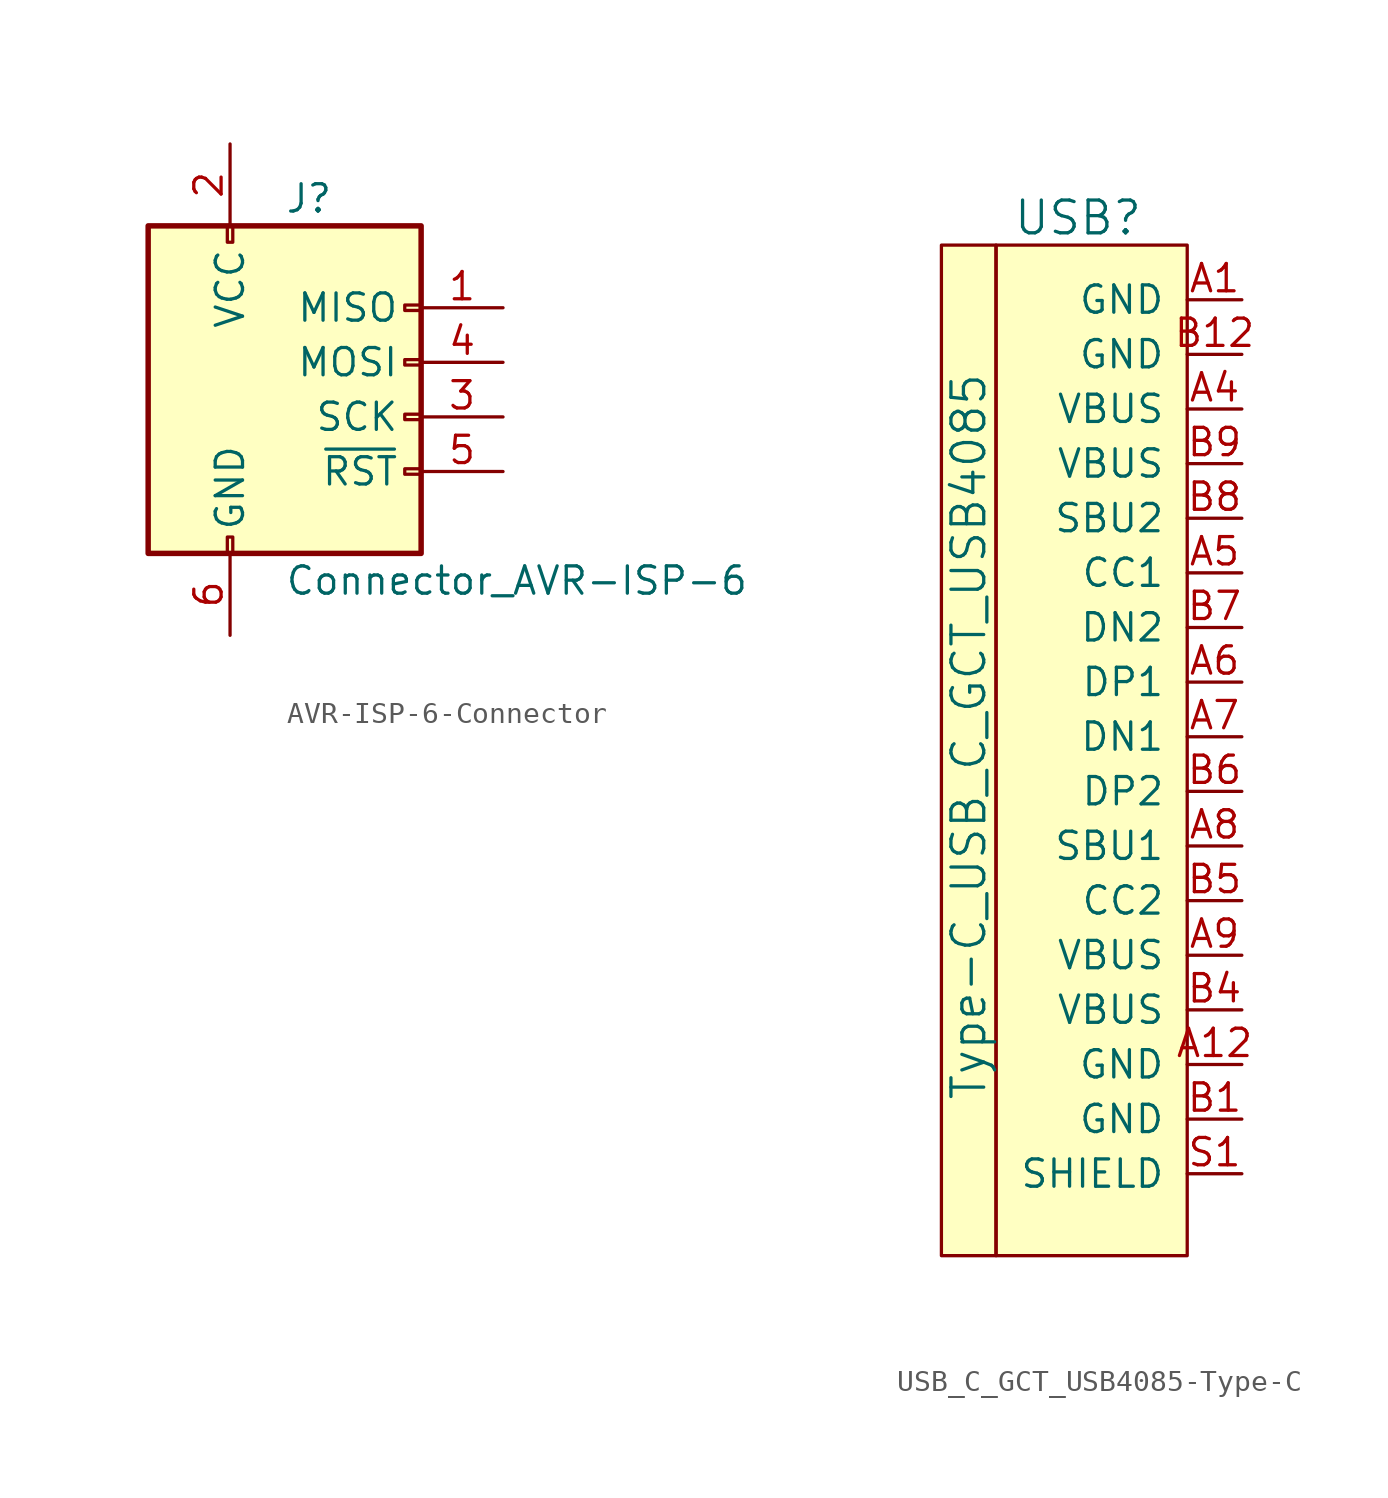
<source format=kicad_sym>
(kicad_symbol_lib
  (version 20241209)
  (generator "kicad_symbol_editor")
  (generator_version "9.0")
  (symbol "AVR-ISP-6-Connector"
    (pin_names
      (offset 1.016))
    (property "Reference" "J"
      (at 0 10.16 0)
      (effects (font (size 1.27 1.27)) (justify left)))
    (property "Value" "Connector_AVR-ISP-6"
      (at 0 -7.62 0)
      (effects (font (size 1.27 1.27)) (justify left)))
    (symbol "AVR-ISP-6-Connector_0_1"
      (rectangle (start -2.667 8.89) (end -2.413 8.128) (stroke (width 0) (type solid)) (fill (type none)))
      (rectangle (start -2.667 -5.588) (end -2.413 -6.35) (stroke (width 0) (type solid)) (fill (type none)))
      (rectangle (start 6.35 8.89) (end -6.35 -6.35) (stroke (width 0.254) (type solid)) (fill (type background)))
      (rectangle (start 6.35 5.207) (end 5.588 4.953) (stroke (width 0) (type solid)) (fill (type none)))
      (rectangle (start 6.35 2.667) (end 5.588 2.413) (stroke (width 0) (type solid)) (fill (type none)))
      (rectangle (start 6.35 0.127) (end 5.588 -0.127) (stroke (width 0) (type solid)) (fill (type none)))
      (rectangle (start 6.35 -2.413) (end 5.588 -2.667) (stroke (width 0) (type solid)) (fill (type none))))
    (symbol "AVR-ISP-6-Connector_1_1"
      (pin power_in line (at -2.54 12.7 270) (length 3.81) (name "VCC" (effects (font (size 1.27 1.27)))) (number "2" (effects (font (size 1.27 1.27)))))
      (pin power_in line (at -2.54 -10.16 90) (length 3.81) (name "GND" (effects (font (size 1.27 1.27)))) (number "6" (effects (font (size 1.27 1.27)))))
      (pin passive line (at 10.16 5.08 180) (length 3.81) (name "MISO" (effects (font (size 1.27 1.27)))) (number "1" (effects (font (size 1.27 1.27)))))
      (pin passive line (at 10.16 2.54 180) (length 3.81) (name "MOSI" (effects (font (size 1.27 1.27)))) (number "4" (effects (font (size 1.27 1.27)))))
      (pin passive line (at 10.16 0 180) (length 3.81) (name "SCK" (effects (font (size 1.27 1.27)))) (number "3" (effects (font (size 1.27 1.27)))))
      (pin passive line (at 10.16 -2.54 180) (length 3.81) (name "~{RST}" (effects (font (size 1.27 1.27)))) (number "5" (effects (font (size 1.27 1.27)))))))
  (symbol "USB_C_GCT_USB4085-Type-C"
    (pin_names
      (offset 1.016))
    (property "Reference" "USB"
      (at -5.08 22.86 0)
      (effects (font (size 1.524 1.524))))
    (property "Value" "Type-C_USB_C_GCT_USB4085"
      (at -10.16 -1.27 90)
      (effects (font (size 1.524 1.524))))
    (symbol "USB_C_GCT_USB4085-Type-C_0_1"
      (rectangle (start -11.43 21.59) (end -8.89 -25.4) (stroke (width 0) (type solid)) (fill (type background)))
      (rectangle (start 0 -25.4) (end -8.89 21.59) (stroke (width 0) (type solid)) (fill (type background))))
    (symbol "USB_C_GCT_USB4085-Type-C_1_1"
      (pin input line (at 2.54 19.05 180) (length 2.54) (name "GND" (effects (font (size 1.27 1.27)))) (number "A1" (effects (font (size 1.27 1.27)))))
      (pin input line (at 2.54 16.51 180) (length 2.54) (name "GND" (effects (font (size 1.27 1.27)))) (number "B12" (effects (font (size 1.27 1.27)))))
      (pin input line (at 2.54 13.97 180) (length 2.54) (name "VBUS" (effects (font (size 1.27 1.27)))) (number "A4" (effects (font (size 1.27 1.27)))))
      (pin input line (at 2.54 11.43 180) (length 2.54) (name "VBUS" (effects (font (size 1.27 1.27)))) (number "B9" (effects (font (size 1.27 1.27)))))
      (pin input line (at 2.54 8.89 180) (length 2.54) (name "SBU2" (effects (font (size 1.27 1.27)))) (number "B8" (effects (font (size 1.27 1.27)))))
      (pin input line (at 2.54 6.35 180) (length 2.54) (name "CC1" (effects (font (size 1.27 1.27)))) (number "A5" (effects (font (size 1.27 1.27)))))
      (pin input line (at 2.54 3.81 180) (length 2.54) (name "DN2" (effects (font (size 1.27 1.27)))) (number "B7" (effects (font (size 1.27 1.27)))))
      (pin input line (at 2.54 1.27 180) (length 2.54) (name "DP1" (effects (font (size 1.27 1.27)))) (number "A6" (effects (font (size 1.27 1.27)))))
      (pin input line (at 2.54 -1.27 180) (length 2.54) (name "DN1" (effects (font (size 1.27 1.27)))) (number "A7" (effects (font (size 1.27 1.27)))))
      (pin input line (at 2.54 -3.81 180) (length 2.54) (name "DP2" (effects (font (size 1.27 1.27)))) (number "B6" (effects (font (size 1.27 1.27)))))
      (pin input line (at 2.54 -6.35 180) (length 2.54) (name "SBU1" (effects (font (size 1.27 1.27)))) (number "A8" (effects (font (size 1.27 1.27)))))
      (pin input line (at 2.54 -8.89 180) (length 2.54) (name "CC2" (effects (font (size 1.27 1.27)))) (number "B5" (effects (font (size 1.27 1.27)))))
      (pin input line (at 2.54 -11.43 180) (length 2.54) (name "VBUS" (effects (font (size 1.27 1.27)))) (number "A9" (effects (font (size 1.27 1.27)))))
      (pin input line (at 2.54 -13.97 180) (length 2.54) (name "VBUS" (effects (font (size 1.27 1.27)))) (number "B4" (effects (font (size 1.27 1.27)))))
      (pin input line (at 2.54 -16.51 180) (length 2.54) (name "GND" (effects (font (size 1.27 1.27)))) (number "A12" (effects (font (size 1.27 1.27)))))
      (pin input line (at 2.54 -19.05 180) (length 2.54) (name "GND" (effects (font (size 1.27 1.27)))) (number "B1" (effects (font (size 1.27 1.27)))))
      (pin input line (at 2.54 -21.59 180) (length 2.54) (name "SHIELD" (effects (font (size 1.27 1.27)))) (number "S1" (effects (font (size 1.27 1.27))))))))
</source>
